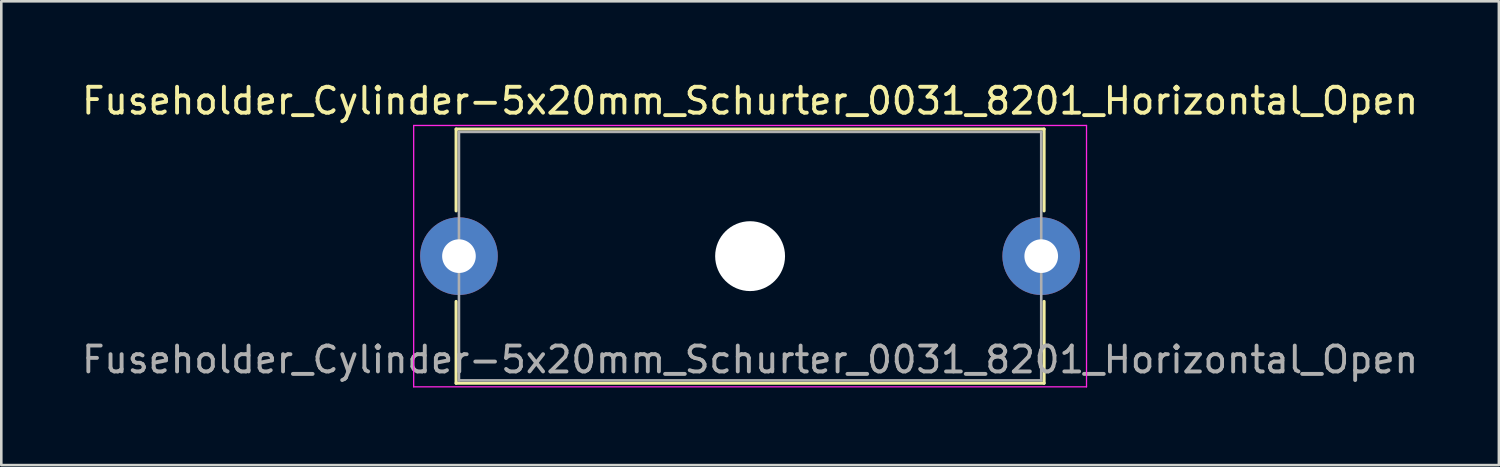
<source format=kicad_pcb>
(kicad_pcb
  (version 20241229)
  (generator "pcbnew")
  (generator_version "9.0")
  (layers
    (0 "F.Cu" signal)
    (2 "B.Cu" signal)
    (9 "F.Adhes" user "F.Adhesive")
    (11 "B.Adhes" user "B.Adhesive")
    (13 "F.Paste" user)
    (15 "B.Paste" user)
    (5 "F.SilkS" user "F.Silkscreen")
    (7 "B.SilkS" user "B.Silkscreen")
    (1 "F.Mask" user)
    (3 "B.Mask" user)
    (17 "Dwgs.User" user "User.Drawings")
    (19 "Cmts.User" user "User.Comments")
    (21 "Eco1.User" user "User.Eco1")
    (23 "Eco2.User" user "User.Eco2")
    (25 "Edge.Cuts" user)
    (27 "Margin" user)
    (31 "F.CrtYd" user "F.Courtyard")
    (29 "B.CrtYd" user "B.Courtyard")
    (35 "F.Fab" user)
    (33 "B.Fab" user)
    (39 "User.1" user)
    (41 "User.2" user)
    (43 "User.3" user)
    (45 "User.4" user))
  (footprint "Fuseholder_Cylinder-5x20mm_Schurter_0031_8201_Horizontal_Open"
    (layer "F.Cu")
    (at 14.685 6.848)
    (property "Reference" "Fuseholder_Cylinder-5x20mm_Schurter_0031_8201_Horizontal_Open" (at 11.25 -6 0) (layer "F.SilkS") (effects (font (size 1 1) (thickness 0.15))))
    (attr through_hole)
    (fp_line (start -0.11 -4.91) (end 22.61 -4.91) (stroke (width 0.12) (type solid)) (layer "F.SilkS"))
    (fp_line (start -0.11 -1.75) (end -0.11 -4.91) (stroke (width 0.12) (type solid)) (layer "F.SilkS"))
    (fp_line (start -0.11 4.91) (end -0.11 1.75) (stroke (width 0.12) (type solid)) (layer "F.SilkS"))
    (fp_line (start -0.11 4.91) (end 22.61 4.91) (stroke (width 0.12) (type solid)) (layer "F.SilkS"))
    (fp_line (start 22.61 -1.75) (end 22.61 -4.91) (stroke (width 0.12) (type solid)) (layer "F.SilkS"))
    (fp_line (start 22.61 4.91) (end 22.61 1.75) (stroke (width 0.12) (type solid)) (layer "F.SilkS"))
    (fp_line (start -1.75 -5.05) (end 24.25 -5.05) (stroke (width 0.05) (type solid)) (layer "F.CrtYd"))
    (fp_line (start -1.75 5.05) (end -1.75 -5.05) (stroke (width 0.05) (type solid)) (layer "F.CrtYd"))
    (fp_line (start 24.25 -5.05) (end 24.25 5.05) (stroke (width 0.05) (type solid)) (layer "F.CrtYd"))
    (fp_line (start 24.25 5.05) (end -1.75 5.05) (stroke (width 0.05) (type solid)) (layer "F.CrtYd"))
    (fp_line (start 0 -4.8) (end 0 4.8) (stroke (width 0.1) (type solid)) (layer "F.Fab"))
    (fp_line (start 0 4.8) (end 22.5 4.8) (stroke (width 0.1) (type solid)) (layer "F.Fab"))
    (fp_line (start 22.5 -4.8) (end 0 -4.8) (stroke (width 0.1) (type solid)) (layer "F.Fab"))
    (fp_line (start 22.5 4.8) (end 22.5 -4.8) (stroke (width 0.1) (type solid)) (layer "F.Fab"))
    (fp_text user "${REFERENCE}" (at 11.25 4 0) (layer "F.Fab") (effects (font (size 1 1) (thickness 0.15))))
    (pad "" np_thru_hole circle (at 11.25 0) (size 2.7 2.7) (drill 2.7) (layers "*.Cu" "*.Mask"))
    (pad "1" thru_hole circle (at 0 0) (size 3 3) (drill 1.3) (layers "*.Cu" "*.Mask"))
    (pad "2" thru_hole circle (at 22.5 0) (size 3 3) (drill 1.3) (layers "*.Cu" "*.Mask")))
  (gr_rect
    (start -3 -3)
    (end 54.869 14.923)
    (stroke (width 0.1) (type default))
    (fill no)
    (layer "Edge.Cuts")))
</source>
